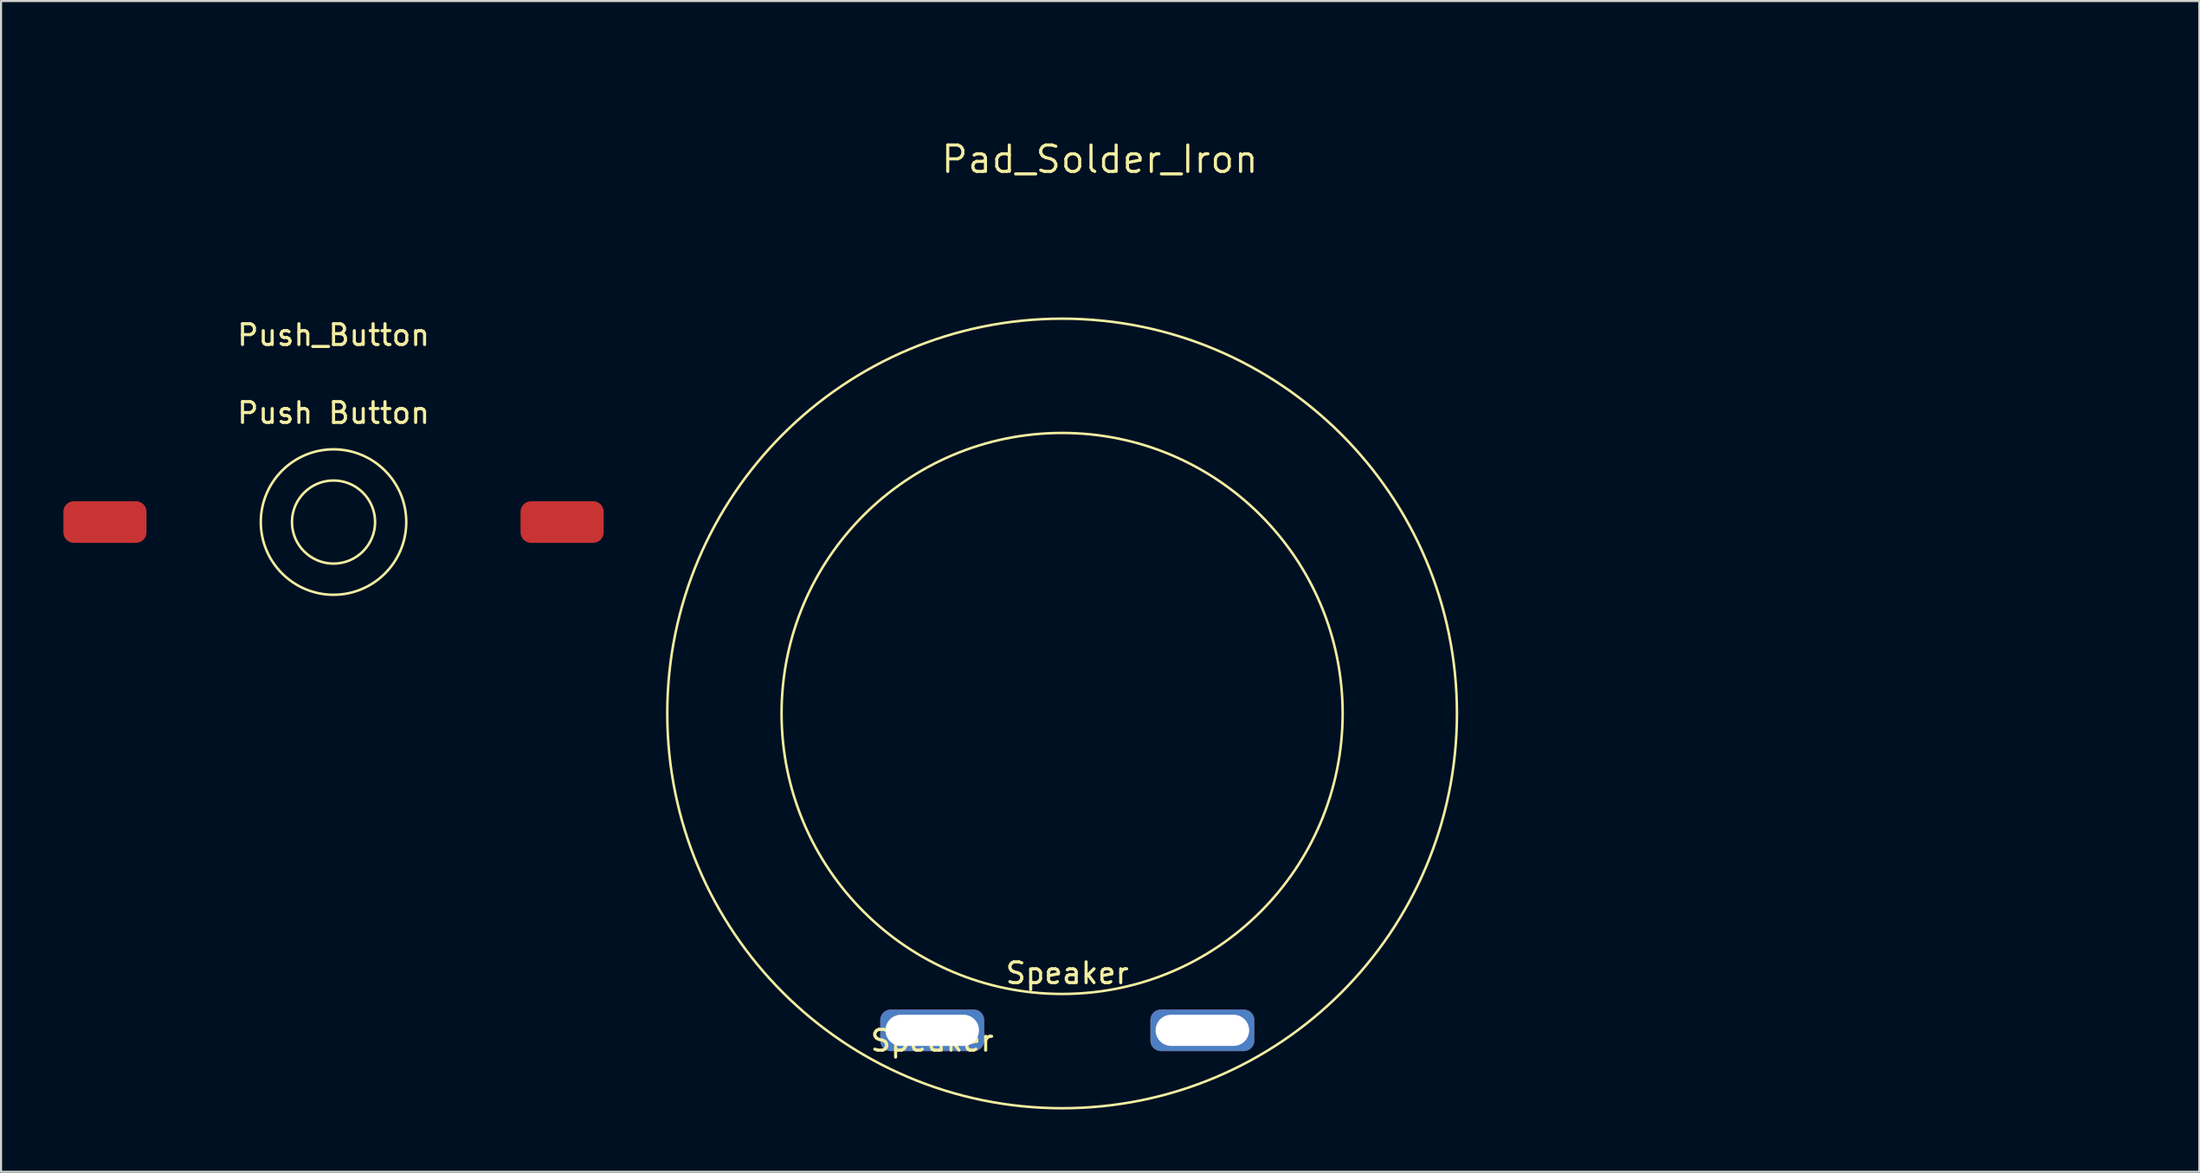
<source format=kicad_pcb>
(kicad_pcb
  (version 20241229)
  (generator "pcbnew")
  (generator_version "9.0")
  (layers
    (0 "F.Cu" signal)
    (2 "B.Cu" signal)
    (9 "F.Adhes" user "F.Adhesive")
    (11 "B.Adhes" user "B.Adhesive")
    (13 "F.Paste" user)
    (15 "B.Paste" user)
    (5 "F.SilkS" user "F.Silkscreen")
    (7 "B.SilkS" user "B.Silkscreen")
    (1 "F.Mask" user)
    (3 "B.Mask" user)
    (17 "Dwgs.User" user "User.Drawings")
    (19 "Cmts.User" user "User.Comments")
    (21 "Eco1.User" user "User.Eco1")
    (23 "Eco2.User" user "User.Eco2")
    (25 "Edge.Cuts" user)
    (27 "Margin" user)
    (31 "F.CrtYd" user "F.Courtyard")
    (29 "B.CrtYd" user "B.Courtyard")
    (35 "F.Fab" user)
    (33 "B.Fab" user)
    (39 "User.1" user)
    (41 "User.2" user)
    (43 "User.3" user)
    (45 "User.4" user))
  (footprint "Speaker"
    (layer "F.Cu")
    (at 41.81 46.537)
    (property "Reference" "Speaker" (at 0 0.5 0) (layer "F.SilkS") (effects (font (size 1 1) (thickness 0.15))))
    (attr through_hole)
    (fp_circle (center 6.25 -15.25) (end 19.75 -15.25) (stroke (width 0.12) (type solid)) (fill no) (layer "F.SilkS"))
    (fp_circle (center 6.25 -15.25) (end 25.25 -15.25) (stroke (width 0.12) (type solid)) (fill no) (layer "F.SilkS"))
    (fp_text user "Speaker" (at 6.5 -2.75 0) (layer "F.SilkS") (effects (font (size 1 1) (thickness 0.15))))
    (pad "1" thru_hole roundrect (at 0 0) (size 5 2) (drill oval 4.5 1.5) (layers "*.Cu" "*.Mask") (roundrect_rratio 0.25))
    (pad "2" thru_hole roundrect (at 13 0) (size 5 2) (drill oval 4.5 1.5) (layers "*.Cu" "*.Mask") (roundrect_rratio 0.25)))
  (footprint "Pad_Solder_Iron"
    (layer "F.Cu")
    (at 49.874 4.619)
    (property "Reference" "Pad_Solder_Iron" (at 0 0 0) (layer "F.SilkS") (effects (font (size 1.27 1.27) (thickness 0.15))))
    (attr through_hole)
    (fp_poly (pts (xy -30.622 0.2) (xy -30.618 0.265) (xy -30.612 0.486) (xy -30.613 0.734) (xy -30.618 0.921) (xy -30.623 0.992) (xy -30.627 0.984) (xy -30.63 0.904) (xy -30.632 0.758) (xy -30.632 0.593) (xy -30.632 0.397) (xy -30.629 0.262) (xy -30.626 0.194) (xy -30.622 0.2)) (stroke (width 0.01) (type solid)) (fill yes) (layer "F.Mask"))
    (fp_poly (pts (xy 41.092 -2.304) (xy 41.095 -2.217) (xy 41.095 -2.212) (xy 41.108 -1.651) (xy 48.291 -1.651) (xy 48.704 -1.546) (xy 48.967 -1.469) (xy 49.225 -1.374) (xy 49.459 -1.27) (xy 49.654 -1.164) (xy 49.791 -1.065) (xy 49.828 -1.026) (xy 49.902 -0.87) (xy 49.905 -0.702) (xy 49.839 -0.549) (xy 49.795 -0.499) (xy 49.629 -0.377) (xy 49.398 -0.253) (xy 49.124 -0.138) (xy 48.824 -0.041) (xy 48.734 -0.017) (xy 48.334 0.085) (xy 41.063 0.085) (xy 41.073 -1.344) (xy 41.075 -1.654) (xy 41.078 -1.911) (xy 41.081 -2.11) (xy 41.085 -2.245) (xy 41.088 -2.311) (xy 41.092 -2.304)) (stroke (width 0.01) (type solid)) (fill yes) (layer "F.Mask"))
    (fp_poly (pts (xy -48.02 -4.613) (xy -47.571 -4.611) (xy -47.09 -4.608) (xy -46.585 -4.604) (xy -46.065 -4.599) (xy -45.536 -4.593) (xy -45.006 -4.586) (xy -44.483 -4.578) (xy -43.975 -4.57) (xy -43.488 -4.561) (xy -43.031 -4.552) (xy -42.611 -4.542) (xy -42.237 -4.532) (xy -41.914 -4.521) (xy -41.698 -4.513) (xy -41.081 -4.485) (xy -40.542 -4.461) (xy -40.075 -4.44) (xy -39.673 -4.42) (xy -39.329 -4.403) (xy -39.037 -4.388) (xy -38.79 -4.373) (xy -38.582 -4.359) (xy -38.407 -4.346) (xy -38.257 -4.332) (xy -38.127 -4.318) (xy -38.009 -4.303) (xy -37.898 -4.287) (xy -37.804 -4.271) (xy -37.124 -4.126) (xy -36.487 -3.923) (xy -35.897 -3.666) (xy -35.36 -3.357) (xy -34.884 -3.001) (xy -34.473 -2.6) (xy -34.287 -2.375) (xy -34.067 -2.086) (xy -33.237 -2.06) (xy -32.913 -2.049) (xy -32.538 -2.037) (xy -32.145 -2.025) (xy -31.768 -2.013) (xy -31.507 -2.005) (xy -30.607 -1.977) (xy -30.607 -0.497) (xy -31.485 -0.524) (xy -31.799 -0.534) (xy -32.129 -0.546) (xy -32.45 -0.557) (xy -32.736 -0.569) (xy -32.94 -0.577) (xy -33.515 -0.603) (xy -33.476 -0.333) (xy -33.45 0.06) (xy -33.475 0.495) (xy -33.547 0.948) (xy -33.662 1.395) (xy -33.816 1.814) (xy -33.885 1.965) (xy -34.186 2.483) (xy -34.554 2.949) (xy -34.986 3.363) (xy -35.48 3.723) (xy -36.034 4.027) (xy -36.644 4.274) (xy -37.31 4.462) (xy -37.446 4.491) (xy -37.687 4.53) (xy -37.985 4.561) (xy -38.323 4.584) (xy -38.681 4.598) (xy -39.038 4.603) (xy -39.376 4.599) (xy -39.676 4.584) (xy -39.917 4.559) (xy -39.98 4.549) (xy -40.546 4.409) (xy -41.057 4.215) (xy -41.507 3.967) (xy -41.894 3.669) (xy -42.031 3.535) (xy -42.294 3.219) (xy -42.493 2.885) (xy -42.644 2.507) (xy -42.679 2.39) (xy -42.719 2.237) (xy -42.746 2.091) (xy -42.764 1.93) (xy -42.772 1.732) (xy -42.775 1.476) (xy -42.775 1.418) (xy -42.775 1.227) (xy -41.313 1.227) (xy -41.31 1.414) (xy -41.306 1.503) (xy -41.28 1.811) (xy -41.231 2.054) (xy -41.194 2.166) (xy -41.048 2.43) (xy -40.828 2.655) (xy -40.534 2.84) (xy -40.169 2.984) (xy -39.734 3.086) (xy -39.716 3.089) (xy -39.529 3.11) (xy -39.281 3.123) (xy -38.994 3.128) (xy -38.691 3.125) (xy -38.393 3.115) (xy -38.124 3.098) (xy -37.906 3.074) (xy -37.862 3.067) (xy -37.281 2.936) (xy -36.766 2.752) (xy -36.311 2.514) (xy -35.915 2.219) (xy -35.573 1.866) (xy -35.285 1.458) (xy -35.084 1.046) (xy -34.963 0.609) (xy -34.921 0.142) (xy -34.92 0.106) (xy -34.925 -0.09) (xy -34.935 -0.267) (xy -34.95 -0.4) (xy -34.959 -0.445) (xy -34.995 -0.572) (xy -35.944 -0.562) (xy -36.491 -0.551) (xy -37.042 -0.529) (xy -37.586 -0.496) (xy -38.111 -0.455) (xy -38.603 -0.406) (xy -39.051 -0.351) (xy -39.441 -0.29) (xy -39.762 -0.224) (xy -39.82 -0.21) (xy -40.235 -0.074) (xy -40.59 0.105) (xy -40.88 0.323) (xy -41.099 0.577) (xy -41.233 0.834) (xy -41.277 0.965) (xy -41.303 1.087) (xy -41.313 1.227) (xy -42.775 1.227) (xy -42.774 1.163) (xy -42.769 0.972) (xy -42.756 0.823) (xy -42.735 0.696) (xy -42.702 0.57) (xy -42.66 0.439) (xy -42.467 -0.005) (xy -42.203 -0.407) (xy -41.87 -0.765) (xy -41.472 -1.076) (xy -41.011 -1.339) (xy -40.491 -1.55) (xy -39.916 -1.706) (xy -39.892 -1.711) (xy -39.682 -1.749) (xy -39.403 -1.791) (xy -39.07 -1.834) (xy -38.697 -1.879) (xy -38.302 -1.922) (xy -37.898 -1.963) (xy -37.5 -1.999) (xy -37.126 -2.03) (xy -36.788 -2.054) (xy -36.503 -2.069) (xy -36.306 -2.074) (xy -36.225 -2.08) (xy -36.215 -2.107) (xy -36.243 -2.145) (xy -36.328 -2.213) (xy -36.477 -2.298) (xy -36.674 -2.392) (xy -36.902 -2.488) (xy -37.145 -2.58) (xy -37.385 -2.659) (xy -37.561 -2.709) (xy -37.741 -2.751) (xy -37.922 -2.788) (xy -38.115 -2.821) (xy -38.328 -2.849) (xy -38.571 -2.874) (xy -38.853 -2.897) (xy -39.183 -2.919) (xy -39.57 -2.94) (xy -40.024 -2.962) (xy -40.534 -2.984) (xy -41.261 -3.014) (xy -41.915 -3.04) (xy -42.506 -3.063) (xy -43.045 -3.082) (xy -43.544 -3.098) (xy -44.013 -3.111) (xy -44.463 -3.121) (xy -44.906 -3.129) (xy -45.351 -3.135) (xy -45.811 -3.139) (xy -46.296 -3.142) (xy -46.817 -3.144) (xy -47.25 -3.144) (xy -49.818 -3.144) (xy -49.843 -3.271) (xy -49.853 -3.359) (xy -49.861 -3.513) (xy -49.866 -3.71) (xy -49.869 -3.933) (xy -49.869 -3.982) (xy -49.869 -4.566) (xy -49.632 -4.595) (xy -49.531 -4.602) (xy -49.352 -4.607) (xy -49.104 -4.611) (xy -48.794 -4.613) (xy -48.43 -4.614) (xy -48.02 -4.613)) (stroke (width 0.01) (type solid)) (fill yes) (layer "F.Mask"))
    (fp_poly (pts (xy -30.622 0.2) (xy -30.618 0.265) (xy -30.612 0.486) (xy -30.613 0.734) (xy -30.618 0.921) (xy -30.623 0.992) (xy -30.627 0.984) (xy -30.63 0.904) (xy -30.632 0.758) (xy -30.632 0.593) (xy -30.632 0.397) (xy -30.629 0.262) (xy -30.626 0.194) (xy -30.622 0.2)) (stroke (width 0.01) (type solid)) (fill yes) (layer "B.Mask"))
    (fp_poly (pts (xy 41.092 -2.304) (xy 41.095 -2.217) (xy 41.095 -2.212) (xy 41.108 -1.651) (xy 48.291 -1.651) (xy 48.704 -1.546) (xy 48.967 -1.469) (xy 49.225 -1.374) (xy 49.459 -1.27) (xy 49.654 -1.164) (xy 49.791 -1.065) (xy 49.828 -1.026) (xy 49.902 -0.87) (xy 49.905 -0.702) (xy 49.839 -0.549) (xy 49.795 -0.499) (xy 49.629 -0.377) (xy 49.398 -0.253) (xy 49.124 -0.138) (xy 48.824 -0.041) (xy 48.734 -0.017) (xy 48.334 0.085) (xy 41.063 0.085) (xy 41.073 -1.344) (xy 41.075 -1.654) (xy 41.078 -1.911) (xy 41.081 -2.11) (xy 41.085 -2.245) (xy 41.088 -2.311) (xy 41.092 -2.304)) (stroke (width 0.01) (type solid)) (fill yes) (layer "B.Mask"))
    (fp_poly (pts (xy -48.02 -4.613) (xy -47.571 -4.611) (xy -47.09 -4.608) (xy -46.585 -4.604) (xy -46.065 -4.599) (xy -45.536 -4.593) (xy -45.006 -4.586) (xy -44.483 -4.578) (xy -43.975 -4.57) (xy -43.488 -4.561) (xy -43.031 -4.552) (xy -42.611 -4.542) (xy -42.237 -4.532) (xy -41.914 -4.521) (xy -41.698 -4.513) (xy -41.081 -4.485) (xy -40.542 -4.461) (xy -40.075 -4.44) (xy -39.673 -4.42) (xy -39.329 -4.403) (xy -39.037 -4.388) (xy -38.79 -4.373) (xy -38.582 -4.359) (xy -38.407 -4.346) (xy -38.257 -4.332) (xy -38.127 -4.318) (xy -38.009 -4.303) (xy -37.898 -4.287) (xy -37.804 -4.271) (xy -37.124 -4.126) (xy -36.487 -3.923) (xy -35.897 -3.666) (xy -35.36 -3.357) (xy -34.884 -3.001) (xy -34.473 -2.6) (xy -34.287 -2.375) (xy -34.067 -2.086) (xy -33.237 -2.06) (xy -32.913 -2.049) (xy -32.538 -2.037) (xy -32.145 -2.025) (xy -31.768 -2.013) (xy -31.507 -2.005) (xy -30.607 -1.977) (xy -30.607 -0.497) (xy -31.485 -0.524) (xy -31.799 -0.534) (xy -32.129 -0.546) (xy -32.45 -0.557) (xy -32.736 -0.569) (xy -32.94 -0.577) (xy -33.515 -0.603) (xy -33.476 -0.333) (xy -33.45 0.06) (xy -33.475 0.495) (xy -33.547 0.948) (xy -33.662 1.395) (xy -33.816 1.814) (xy -33.885 1.965) (xy -34.186 2.483) (xy -34.554 2.949) (xy -34.986 3.363) (xy -35.48 3.723) (xy -36.034 4.027) (xy -36.644 4.274) (xy -37.31 4.462) (xy -37.446 4.491) (xy -37.687 4.53) (xy -37.985 4.561) (xy -38.323 4.584) (xy -38.681 4.598) (xy -39.038 4.603) (xy -39.376 4.599) (xy -39.676 4.584) (xy -39.917 4.559) (xy -39.98 4.549) (xy -40.546 4.409) (xy -41.057 4.215) (xy -41.507 3.967) (xy -41.894 3.669) (xy -42.031 3.535) (xy -42.294 3.219) (xy -42.493 2.885) (xy -42.644 2.507) (xy -42.679 2.39) (xy -42.719 2.237) (xy -42.746 2.091) (xy -42.764 1.93) (xy -42.772 1.732) (xy -42.775 1.476) (xy -42.775 1.418) (xy -42.775 1.227) (xy -41.313 1.227) (xy -41.31 1.414) (xy -41.306 1.503) (xy -41.28 1.811) (xy -41.231 2.054) (xy -41.194 2.166) (xy -41.048 2.43) (xy -40.828 2.655) (xy -40.534 2.84) (xy -40.169 2.984) (xy -39.734 3.086) (xy -39.716 3.089) (xy -39.529 3.11) (xy -39.281 3.123) (xy -38.994 3.128) (xy -38.691 3.125) (xy -38.393 3.115) (xy -38.124 3.098) (xy -37.906 3.074) (xy -37.862 3.067) (xy -37.281 2.936) (xy -36.766 2.752) (xy -36.311 2.514) (xy -35.915 2.219) (xy -35.573 1.866) (xy -35.285 1.458) (xy -35.084 1.046) (xy -34.963 0.609) (xy -34.921 0.142) (xy -34.92 0.106) (xy -34.925 -0.09) (xy -34.935 -0.267) (xy -34.95 -0.4) (xy -34.959 -0.445) (xy -34.995 -0.572) (xy -35.944 -0.562) (xy -36.491 -0.551) (xy -37.042 -0.529) (xy -37.586 -0.496) (xy -38.111 -0.455) (xy -38.603 -0.406) (xy -39.051 -0.351) (xy -39.441 -0.29) (xy -39.762 -0.224) (xy -39.82 -0.21) (xy -40.235 -0.074) (xy -40.59 0.105) (xy -40.88 0.323) (xy -41.099 0.577) (xy -41.233 0.834) (xy -41.277 0.965) (xy -41.303 1.087) (xy -41.313 1.227) (xy -42.775 1.227) (xy -42.774 1.163) (xy -42.769 0.972) (xy -42.756 0.823) (xy -42.735 0.696) (xy -42.702 0.57) (xy -42.66 0.439) (xy -42.467 -0.005) (xy -42.203 -0.407) (xy -41.87 -0.765) (xy -41.472 -1.076) (xy -41.011 -1.339) (xy -40.491 -1.55) (xy -39.916 -1.706) (xy -39.892 -1.711) (xy -39.682 -1.749) (xy -39.403 -1.791) (xy -39.07 -1.834) (xy -38.697 -1.879) (xy -38.302 -1.922) (xy -37.898 -1.963) (xy -37.5 -1.999) (xy -37.126 -2.03) (xy -36.788 -2.054) (xy -36.503 -2.069) (xy -36.306 -2.074) (xy -36.225 -2.08) (xy -36.215 -2.107) (xy -36.243 -2.145) (xy -36.328 -2.213) (xy -36.477 -2.298) (xy -36.674 -2.392) (xy -36.902 -2.488) (xy -37.145 -2.58) (xy -37.385 -2.659) (xy -37.561 -2.709) (xy -37.741 -2.751) (xy -37.922 -2.788) (xy -38.115 -2.821) (xy -38.328 -2.849) (xy -38.571 -2.874) (xy -38.853 -2.897) (xy -39.183 -2.919) (xy -39.57 -2.94) (xy -40.024 -2.962) (xy -40.534 -2.984) (xy -41.261 -3.014) (xy -41.915 -3.04) (xy -42.506 -3.063) (xy -43.045 -3.082) (xy -43.544 -3.098) (xy -44.013 -3.111) (xy -44.463 -3.121) (xy -44.906 -3.129) (xy -45.351 -3.135) (xy -45.811 -3.139) (xy -46.296 -3.142) (xy -46.817 -3.144) (xy -47.25 -3.144) (xy -49.818 -3.144) (xy -49.843 -3.271) (xy -49.853 -3.359) (xy -49.861 -3.513) (xy -49.866 -3.71) (xy -49.869 -3.933) (xy -49.869 -3.982) (xy -49.869 -4.566) (xy -49.632 -4.595) (xy -49.531 -4.602) (xy -49.352 -4.607) (xy -49.104 -4.611) (xy -48.794 -4.613) (xy -48.43 -4.614) (xy -48.02 -4.613)) (stroke (width 0.01) (type solid)) (fill yes) (layer "B.Mask")))
  (footprint "Push_Button"
    (layer "F.Cu")
    (at 1 22.075)
    (property "Reference" "Push_Button" (at 12 -9 0) (layer "F.SilkS") (effects (font (size 1 1) (thickness 0.15))))
    (attr through_hole)
    (fp_circle (center 12 0) (end 14 0) (stroke (width 0.12) (type solid)) (fill no) (layer "F.SilkS"))
    (fp_circle (center 12 0) (end 15.5 0) (stroke (width 0.12) (type solid)) (fill no) (layer "F.SilkS"))
    (fp_text user "Push Button" (at 12 -5.25 0) (layer "F.SilkS") (effects (font (size 1 1) (thickness 0.15))))
    (pad "1" smd roundrect (at 1 0) (size 4 2) (layers "F.Cu" "F.Mask" "F.Paste") (roundrect_rratio 0.25))
    (pad "2" smd roundrect (at 23 0) (size 4 2) (layers "F.Cu" "F.Mask" "F.Paste") (roundrect_rratio 0.25)))
  (gr_rect
    (start -3 -3)
    (end 102.784 53.347)
    (stroke (width 0.1) (type default))
    (fill no)
    (layer "Edge.Cuts")))
</source>
